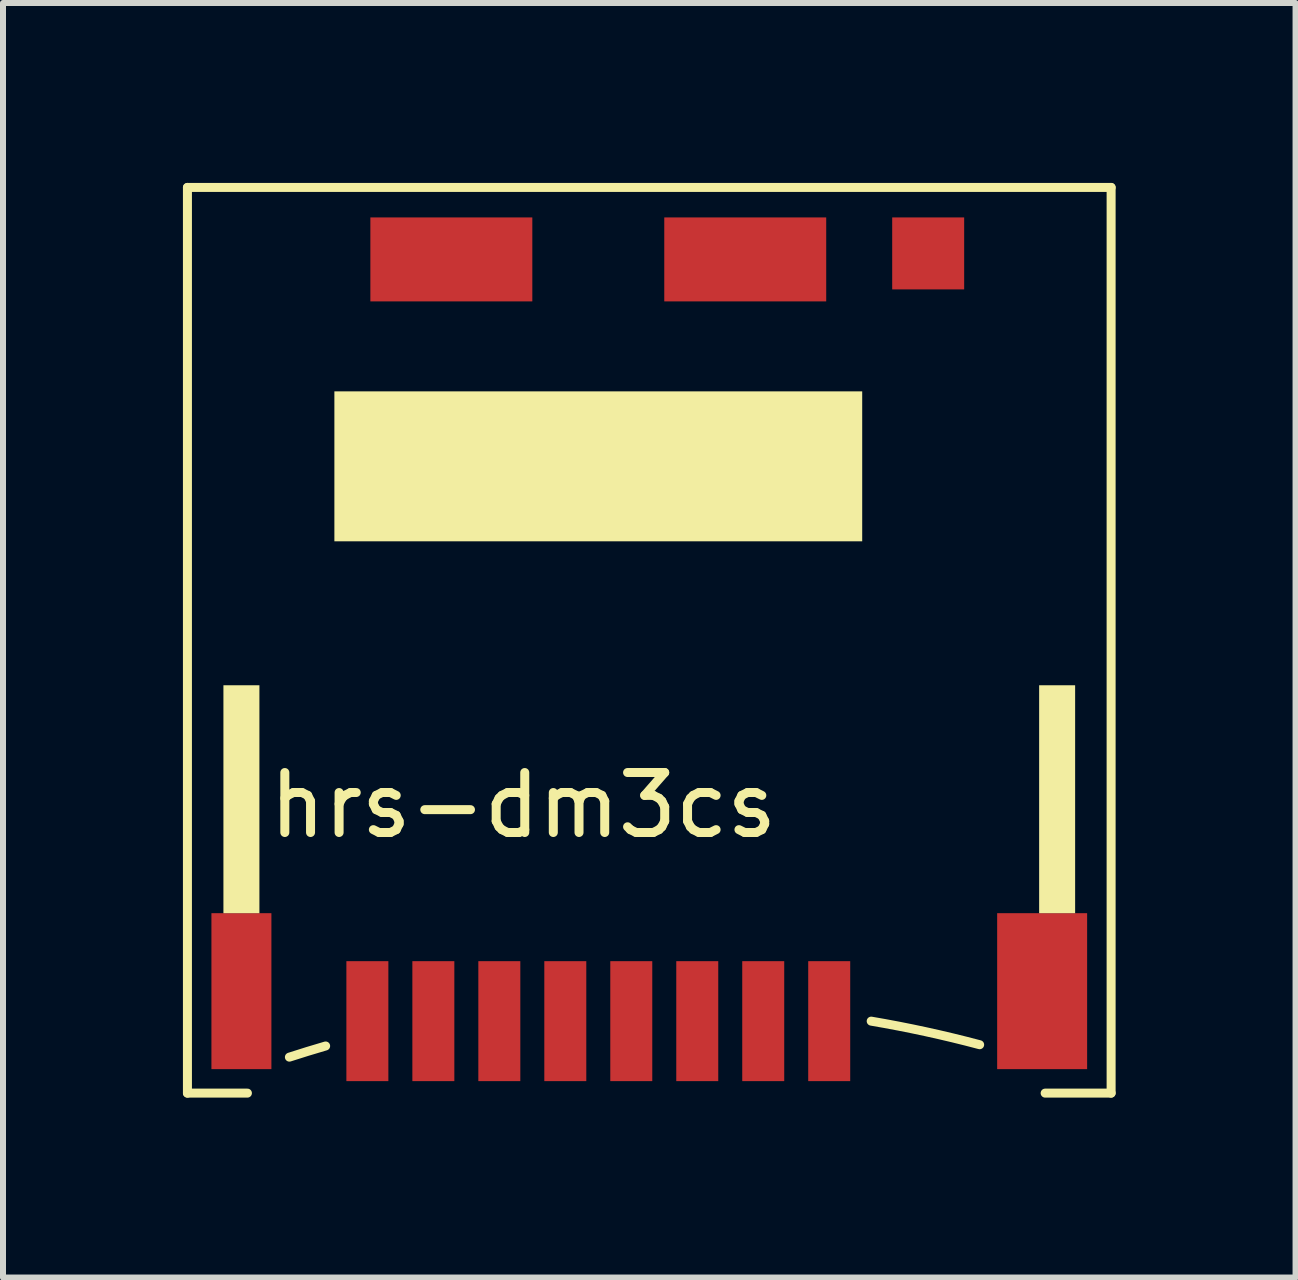
<source format=kicad_pcb>
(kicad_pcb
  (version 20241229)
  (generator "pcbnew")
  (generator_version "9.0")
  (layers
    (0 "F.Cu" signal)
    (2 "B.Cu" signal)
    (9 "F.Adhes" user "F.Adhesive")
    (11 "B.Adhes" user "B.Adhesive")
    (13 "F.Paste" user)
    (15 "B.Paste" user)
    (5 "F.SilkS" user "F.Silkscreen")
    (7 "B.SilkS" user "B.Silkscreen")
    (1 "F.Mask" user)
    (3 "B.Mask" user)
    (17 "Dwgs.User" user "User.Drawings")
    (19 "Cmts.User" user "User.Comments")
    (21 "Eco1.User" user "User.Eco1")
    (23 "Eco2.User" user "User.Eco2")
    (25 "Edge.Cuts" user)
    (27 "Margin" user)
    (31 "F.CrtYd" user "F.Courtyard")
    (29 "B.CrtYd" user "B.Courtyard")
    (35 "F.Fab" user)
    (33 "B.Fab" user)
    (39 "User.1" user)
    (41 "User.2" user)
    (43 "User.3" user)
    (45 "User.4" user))
  (footprint "hrs-dm3cs"
    (layer "F.Cu")
    (at 10.775 13.975)
    (property "Reference" "hrs-dm3cs" (at -5.1 -3.6 0) (layer "F.SilkS") (effects (font (size 1 1) (thickness 0.15))))
    (attr through_hole)
    (fp_line (start -10.7 -13.9) (end -10.7 1.2) (stroke (width 0.15) (type solid)) (layer "F.SilkS"))
    (fp_line (start -10.7 1.2) (end -9.7 1.2) (stroke (width 0.15) (type solid)) (layer "F.SilkS"))
    (fp_line (start 3.6 1.2) (end 4.7 1.2) (stroke (width 0.15) (type solid)) (layer "F.SilkS"))
    (fp_line (start 4.7 -13.9) (end -10.7 -13.9) (stroke (width 0.15) (type solid)) (layer "F.SilkS"))
    (fp_line (start 4.7 1.2) (end 4.7 -13.9) (stroke (width 0.15) (type solid)) (layer "F.SilkS"))
    (fp_arc (start -9 0.6) (mid -8.698667 0.504719) (end -8.395894 0.414118) (stroke (width 0.15) (type solid)) (layer "F.SilkS"))
    (fp_arc (start 0.7 0) (mid 1.608541 0.175861) (end 2.508117 0.392973) (stroke (width 0.15) (type solid)) (layer "F.SilkS"))
    (pad "" smd rect (at -9.8 -3.7) (size 0.6 3.8) (layers "F.SilkS"))
    (pad "" smd rect (at -9.8 -0.5) (size 1 2.6) (layers "F.Cu" "F.Mask" "F.Paste"))
    (pad "" smd rect (at -6.3 -12.7) (size 2.7 1.4) (layers "F.Cu" "F.Mask" "F.Paste"))
    (pad "" smd rect (at -3.85 -9.25) (size 8.8 2.5) (layers "F.SilkS"))
    (pad "" smd rect (at -1.4 -12.7) (size 2.7 1.4) (layers "F.Cu" "F.Mask" "F.Paste"))
    (pad "" smd rect (at 1.65 -12.8) (size 1.2 1.2) (layers "F.Cu" "F.Mask" "F.Paste"))
    (pad "" smd rect (at 3.55 -0.5) (size 1.5 2.6) (layers "F.Cu" "F.Mask" "F.Paste"))
    (pad "" smd rect (at 3.8 -3.7) (size 0.6 3.8) (layers "F.SilkS"))
    (pad "1" smd rect (at 0 0) (size 0.7 2) (layers "F.Cu" "F.Mask" "F.Paste"))
    (pad "2" smd rect (at -1.1 0) (size 0.7 2) (layers "F.Cu" "F.Mask" "F.Paste"))
    (pad "3" smd rect (at -2.2 0) (size 0.7 2) (layers "F.Cu" "F.Mask" "F.Paste"))
    (pad "4" smd rect (at -3.3 0) (size 0.7 2) (layers "F.Cu" "F.Mask" "F.Paste"))
    (pad "5" smd rect (at -4.4 0) (size 0.7 2) (layers "F.Cu" "F.Mask" "F.Paste"))
    (pad "6" smd rect (at -5.5 0) (size 0.7 2) (layers "F.Cu" "F.Mask" "F.Paste"))
    (pad "7" smd rect (at -6.6 0) (size 0.7 2) (layers "F.Cu" "F.Mask" "F.Paste"))
    (pad "8" smd rect (at -7.7 0) (size 0.7 2) (layers "F.Cu" "F.Mask" "F.Paste")))
  (gr_rect
    (start -3 -3)
    (end 18.55 18.25)
    (stroke (width 0.1) (type default))
    (fill no)
    (layer "Edge.Cuts")))
</source>
